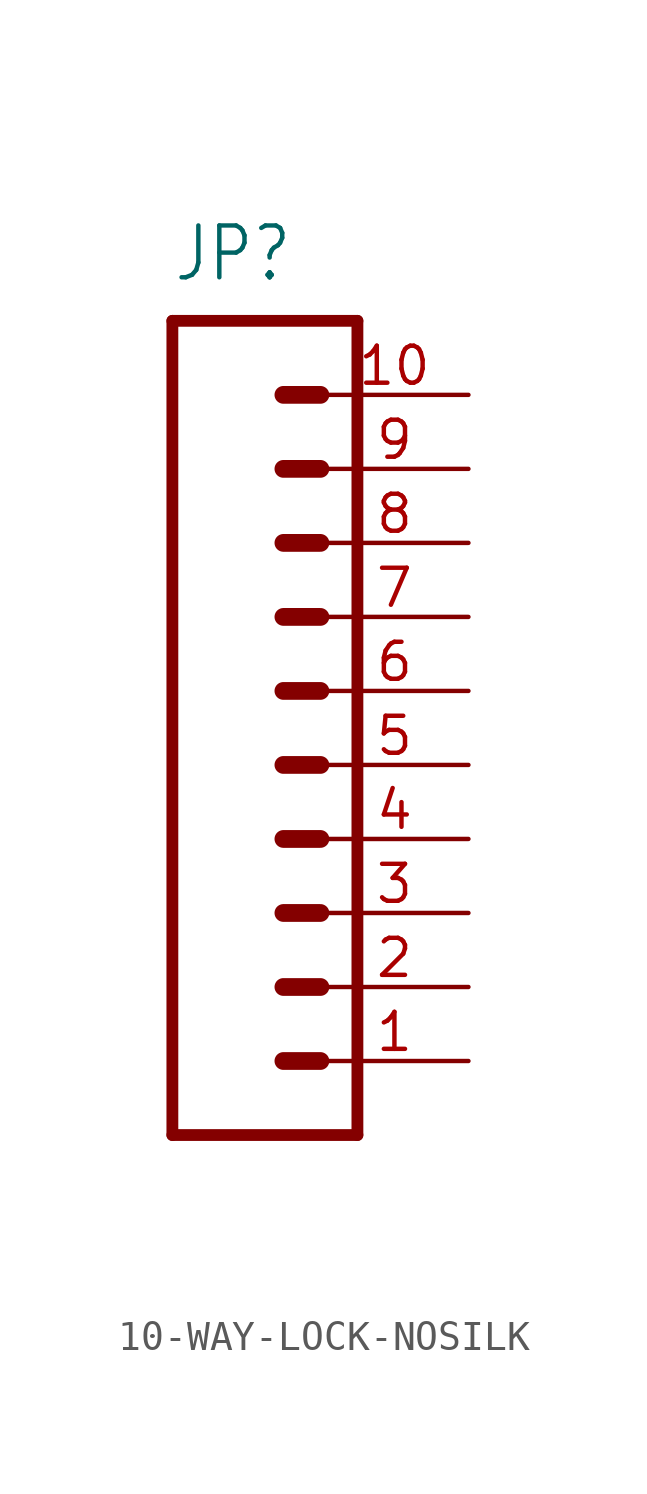
<source format=kicad_sym>
(kicad_symbol_lib
  (version 20220914)
  (generator kicad_symbol_editor)
  (symbol "10-WAY-LOCK-NOSILK"
    (property "Reference" "JP"
      (at 0 8.89 0)
      (effects (font (size 1.778 1.511)) (justify left bottom)))
    (property "Value" ""
      (at 0 -22.86 0)
      (effects (font (size 1.778 1.511)) (justify left bottom)))
    (property "ki_locked" ""
      (at 0 0 0)
      (effects (font (size 1.27 1.27))))
    (symbol "10-WAY-LOCK-NOSILK_1_0"
      (polyline (pts (xy 0 7.62) (xy 0 -20.32)) (stroke (width 0.406) (type solid)) (fill (type none)))
      (polyline (pts (xy 0 7.62) (xy 6.35 7.62)) (stroke (width 0.406) (type solid)) (fill (type none)))
      (polyline (pts (xy 3.81 -17.78) (xy 5.08 -17.78)) (stroke (width 0.61) (type solid)) (fill (type none)))
      (polyline (pts (xy 3.81 -15.24) (xy 5.08 -15.24)) (stroke (width 0.61) (type solid)) (fill (type none)))
      (polyline (pts (xy 3.81 -12.7) (xy 5.08 -12.7)) (stroke (width 0.61) (type solid)) (fill (type none)))
      (polyline (pts (xy 3.81 -10.16) (xy 5.08 -10.16)) (stroke (width 0.61) (type solid)) (fill (type none)))
      (polyline (pts (xy 3.81 -7.62) (xy 5.08 -7.62)) (stroke (width 0.61) (type solid)) (fill (type none)))
      (polyline (pts (xy 3.81 -5.08) (xy 5.08 -5.08)) (stroke (width 0.61) (type solid)) (fill (type none)))
      (polyline (pts (xy 3.81 -2.54) (xy 5.08 -2.54)) (stroke (width 0.61) (type solid)) (fill (type none)))
      (polyline (pts (xy 3.81 0) (xy 5.08 0)) (stroke (width 0.61) (type solid)) (fill (type none)))
      (polyline (pts (xy 3.81 2.54) (xy 5.08 2.54)) (stroke (width 0.61) (type solid)) (fill (type none)))
      (polyline (pts (xy 3.81 5.08) (xy 5.08 5.08)) (stroke (width 0.61) (type solid)) (fill (type none)))
      (polyline (pts (xy 6.35 -20.32) (xy 0 -20.32)) (stroke (width 0.406) (type solid)) (fill (type none)))
      (polyline (pts (xy 6.35 -20.32) (xy 6.35 7.62)) (stroke (width 0.406) (type solid)) (fill (type none)))
      (pin passive line (at 10.16 -17.78 180) (length 5.08) (name "1" (effects (font (size 0 0)))) (number "1" (effects (font (size 1.27 1.27)))))
      (pin passive line (at 10.16 5.08 180) (length 5.08) (name "10" (effects (font (size 0 0)))) (number "10" (effects (font (size 1.27 1.27)))))
      (pin passive line (at 10.16 -15.24 180) (length 5.08) (name "2" (effects (font (size 0 0)))) (number "2" (effects (font (size 1.27 1.27)))))
      (pin passive line (at 10.16 -12.7 180) (length 5.08) (name "3" (effects (font (size 0 0)))) (number "3" (effects (font (size 1.27 1.27)))))
      (pin passive line (at 10.16 -10.16 180) (length 5.08) (name "4" (effects (font (size 0 0)))) (number "4" (effects (font (size 1.27 1.27)))))
      (pin passive line (at 10.16 -7.62 180) (length 5.08) (name "5" (effects (font (size 0 0)))) (number "5" (effects (font (size 1.27 1.27)))))
      (pin passive line (at 10.16 -5.08 180) (length 5.08) (name "6" (effects (font (size 0 0)))) (number "6" (effects (font (size 1.27 1.27)))))
      (pin passive line (at 10.16 -2.54 180) (length 5.08) (name "7" (effects (font (size 0 0)))) (number "7" (effects (font (size 1.27 1.27)))))
      (pin passive line (at 10.16 0 180) (length 5.08) (name "8" (effects (font (size 0 0)))) (number "8" (effects (font (size 1.27 1.27)))))
      (pin passive line (at 10.16 2.54 180) (length 5.08) (name "9" (effects (font (size 0 0)))) (number "9" (effects (font (size 1.27 1.27))))))))
</source>
